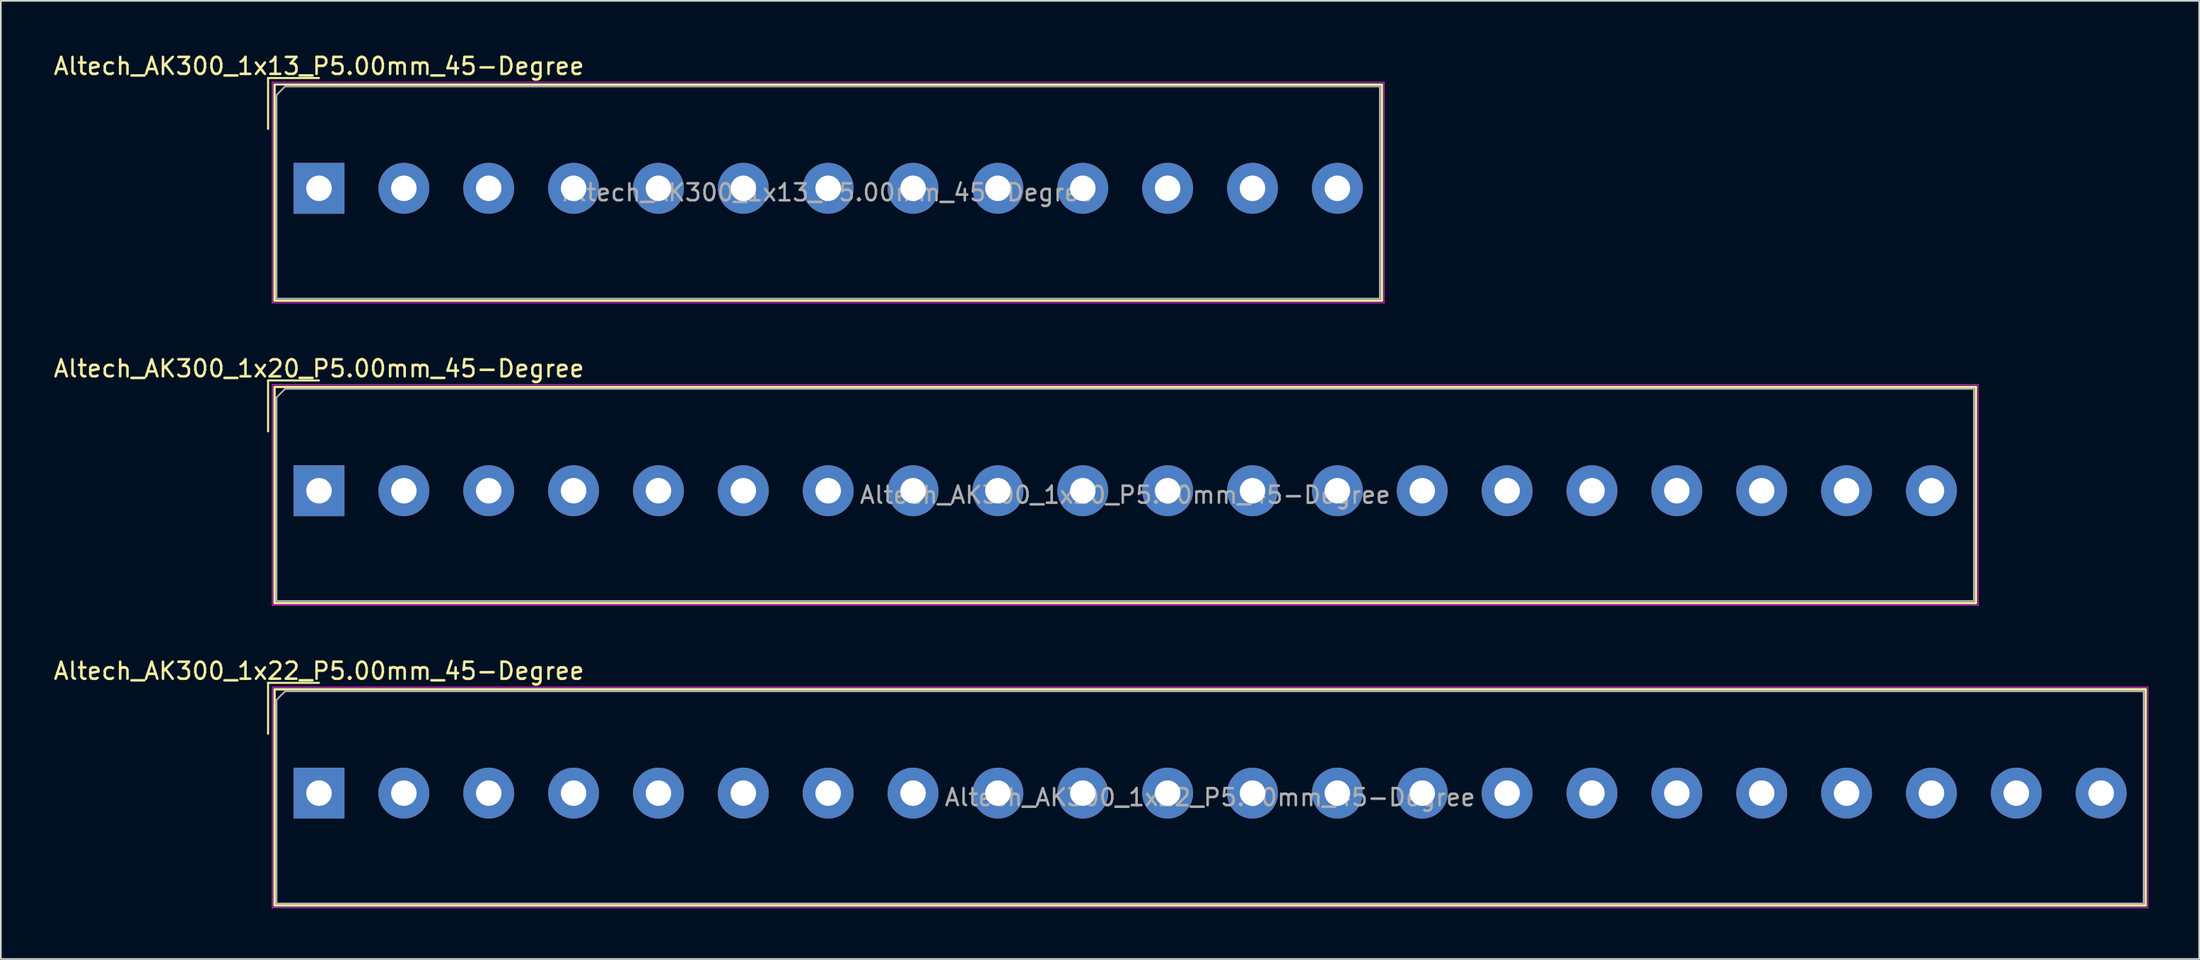
<source format=kicad_pcb>
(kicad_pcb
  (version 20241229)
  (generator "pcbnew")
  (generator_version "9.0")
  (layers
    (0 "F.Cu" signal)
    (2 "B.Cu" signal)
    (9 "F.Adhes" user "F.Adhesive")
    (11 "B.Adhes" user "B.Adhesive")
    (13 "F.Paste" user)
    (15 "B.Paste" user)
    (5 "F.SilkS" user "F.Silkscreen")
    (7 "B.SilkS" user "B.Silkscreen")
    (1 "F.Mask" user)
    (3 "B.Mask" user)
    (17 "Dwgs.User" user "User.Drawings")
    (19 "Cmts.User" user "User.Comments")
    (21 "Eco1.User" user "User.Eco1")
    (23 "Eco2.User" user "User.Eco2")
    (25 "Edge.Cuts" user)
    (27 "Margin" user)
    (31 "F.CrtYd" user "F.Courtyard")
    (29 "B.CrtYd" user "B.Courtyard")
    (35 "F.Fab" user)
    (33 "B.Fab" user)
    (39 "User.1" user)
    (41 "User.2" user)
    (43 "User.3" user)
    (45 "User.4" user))
  (footprint "Altech_AK300_1x20_P5.00mm_45-Degree"
    (layer "F.Cu")
    (at 15.744 25.872)
    (property "Reference" "Altech_AK300_1x20_P5.00mm_45-Degree" (at 0 -7.2 0) (layer "F.SilkS") (effects (font (size 1 1) (thickness 0.15))))
    (attr through_hole)
    (fp_line (start -3 -6.5) (end 0 -6.5) (stroke (width 0.12) (type solid)) (layer "F.SilkS"))
    (fp_line (start -3 -3.5) (end -3 -6.5) (stroke (width 0.12) (type solid)) (layer "F.SilkS"))
    (fp_line (start -2.62 -6.12) (end -2.62 6.62) (stroke (width 0.12) (type solid)) (layer "F.SilkS"))
    (fp_line (start -2.62 -6.12) (end -2.62 6.62) (stroke (width 0.12) (type solid)) (layer "F.SilkS"))
    (fp_line (start -2.62 -6.12) (end 97.62 -6.12) (stroke (width 0.12) (type solid)) (layer "F.SilkS"))
    (fp_line (start -2.62 -6.12) (end 97.62 -6.12) (stroke (width 0.12) (type solid)) (layer "F.SilkS"))
    (fp_line (start -2.62 6.62) (end 97.62 6.62) (stroke (width 0.12) (type solid)) (layer "F.SilkS"))
    (fp_line (start -2.62 6.62) (end 97.62 6.62) (stroke (width 0.12) (type solid)) (layer "F.SilkS"))
    (fp_line (start 97.62 -6.12) (end 97.62 6.62) (stroke (width 0.12) (type solid)) (layer "F.SilkS"))
    (fp_line (start 97.62 -6.12) (end 97.62 6.62) (stroke (width 0.12) (type solid)) (layer "F.SilkS"))
    (fp_line (start -2.75 -6.25) (end -2.75 6.75) (stroke (width 0.05) (type solid)) (layer "F.CrtYd"))
    (fp_line (start -2.75 -6.25) (end 97.75 -6.25) (stroke (width 0.05) (type solid)) (layer "F.CrtYd"))
    (fp_line (start -2.75 6.75) (end 97.75 6.75) (stroke (width 0.05) (type solid)) (layer "F.CrtYd"))
    (fp_line (start 97.75 -6.25) (end 97.75 6.75) (stroke (width 0.05) (type solid)) (layer "F.CrtYd"))
    (fp_line (start -2.5 -5.5) (end -2 -6) (stroke (width 0.1) (type solid)) (layer "F.Fab"))
    (fp_line (start -2.5 6.5) (end -2.5 -5.5) (stroke (width 0.1) (type solid)) (layer "F.Fab"))
    (fp_line (start -2 -6) (end 97.5 -6) (stroke (width 0.1) (type solid)) (layer "F.Fab"))
    (fp_line (start 97.5 -6) (end 97.5 6.5) (stroke (width 0.1) (type solid)) (layer "F.Fab"))
    (fp_line (start 97.5 6.5) (end -2.5 6.5) (stroke (width 0.1) (type solid)) (layer "F.Fab"))
    (fp_text user "${REFERENCE}" (at 47.5 0.25 0) (layer "F.Fab") (effects (font (size 1 1) (thickness 0.15))))
    (pad "1" thru_hole rect (at 0 0) (size 3 3) (drill 1.5) (layers "*.Cu" "*.Mask"))
    (pad "2" thru_hole circle (at 5 0) (size 3 3) (drill 1.5) (layers "*.Cu" "*.Mask"))
    (pad "3" thru_hole circle (at 10 0) (size 3 3) (drill 1.5) (layers "*.Cu" "*.Mask"))
    (pad "4" thru_hole circle (at 15 0) (size 3 3) (drill 1.5) (layers "*.Cu" "*.Mask"))
    (pad "5" thru_hole circle (at 20 0) (size 3 3) (drill 1.5) (layers "*.Cu" "*.Mask"))
    (pad "6" thru_hole circle (at 25 0) (size 3 3) (drill 1.5) (layers "*.Cu" "*.Mask"))
    (pad "7" thru_hole circle (at 30 0) (size 3 3) (drill 1.5) (layers "*.Cu" "*.Mask"))
    (pad "8" thru_hole circle (at 35 0) (size 3 3) (drill 1.5) (layers "*.Cu" "*.Mask"))
    (pad "9" thru_hole circle (at 40 0) (size 3 3) (drill 1.5) (layers "*.Cu" "*.Mask"))
    (pad "10" thru_hole circle (at 45 0) (size 3 3) (drill 1.5) (layers "*.Cu" "*.Mask"))
    (pad "11" thru_hole circle (at 50 0) (size 3 3) (drill 1.5) (layers "*.Cu" "*.Mask"))
    (pad "12" thru_hole circle (at 55 0) (size 3 3) (drill 1.5) (layers "*.Cu" "*.Mask"))
    (pad "13" thru_hole circle (at 60 0) (size 3 3) (drill 1.5) (layers "*.Cu" "*.Mask"))
    (pad "14" thru_hole circle (at 65 0) (size 3 3) (drill 1.5) (layers "*.Cu" "*.Mask"))
    (pad "15" thru_hole circle (at 70 0) (size 3 3) (drill 1.5) (layers "*.Cu" "*.Mask"))
    (pad "16" thru_hole circle (at 75 0) (size 3 3) (drill 1.5) (layers "*.Cu" "*.Mask"))
    (pad "17" thru_hole circle (at 80 0) (size 3 3) (drill 1.5) (layers "*.Cu" "*.Mask"))
    (pad "18" thru_hole circle (at 85 0) (size 3 3) (drill 1.5) (layers "*.Cu" "*.Mask"))
    (pad "19" thru_hole circle (at 90 0) (size 3 3) (drill 1.5) (layers "*.Cu" "*.Mask"))
    (pad "20" thru_hole circle (at 95 0) (size 3 3) (drill 1.5) (layers "*.Cu" "*.Mask")))
  (footprint "Altech_AK300_1x22_P5.00mm_45-Degree"
    (layer "F.Cu")
    (at 15.744 43.695)
    (property "Reference" "Altech_AK300_1x22_P5.00mm_45-Degree" (at 0 -7.2 0) (layer "F.SilkS") (effects (font (size 1 1) (thickness 0.15))))
    (attr through_hole)
    (fp_line (start -3 -6.5) (end 0 -6.5) (stroke (width 0.12) (type solid)) (layer "F.SilkS"))
    (fp_line (start -3 -3.5) (end -3 -6.5) (stroke (width 0.12) (type solid)) (layer "F.SilkS"))
    (fp_line (start -2.62 -6.12) (end -2.62 6.62) (stroke (width 0.12) (type solid)) (layer "F.SilkS"))
    (fp_line (start -2.62 -6.12) (end -2.62 6.62) (stroke (width 0.12) (type solid)) (layer "F.SilkS"))
    (fp_line (start -2.62 -6.12) (end 107.62 -6.12) (stroke (width 0.12) (type solid)) (layer "F.SilkS"))
    (fp_line (start -2.62 -6.12) (end 107.62 -6.12) (stroke (width 0.12) (type solid)) (layer "F.SilkS"))
    (fp_line (start -2.62 6.62) (end 107.62 6.62) (stroke (width 0.12) (type solid)) (layer "F.SilkS"))
    (fp_line (start -2.62 6.62) (end 107.62 6.62) (stroke (width 0.12) (type solid)) (layer "F.SilkS"))
    (fp_line (start 107.62 -6.12) (end 107.62 6.62) (stroke (width 0.12) (type solid)) (layer "F.SilkS"))
    (fp_line (start 107.62 -6.12) (end 107.62 6.62) (stroke (width 0.12) (type solid)) (layer "F.SilkS"))
    (fp_line (start -2.75 -6.25) (end -2.75 6.75) (stroke (width 0.05) (type solid)) (layer "F.CrtYd"))
    (fp_line (start -2.75 -6.25) (end 107.75 -6.25) (stroke (width 0.05) (type solid)) (layer "F.CrtYd"))
    (fp_line (start -2.75 6.75) (end 107.75 6.75) (stroke (width 0.05) (type solid)) (layer "F.CrtYd"))
    (fp_line (start 107.75 -6.25) (end 107.75 6.75) (stroke (width 0.05) (type solid)) (layer "F.CrtYd"))
    (fp_line (start -2.5 -5.5) (end -2 -6) (stroke (width 0.1) (type solid)) (layer "F.Fab"))
    (fp_line (start -2.5 6.5) (end -2.5 -5.5) (stroke (width 0.1) (type solid)) (layer "F.Fab"))
    (fp_line (start -2 -6) (end 107.5 -6) (stroke (width 0.1) (type solid)) (layer "F.Fab"))
    (fp_line (start 107.5 -6) (end 107.5 6.5) (stroke (width 0.1) (type solid)) (layer "F.Fab"))
    (fp_line (start 107.5 6.5) (end -2.5 6.5) (stroke (width 0.1) (type solid)) (layer "F.Fab"))
    (fp_text user "${REFERENCE}" (at 52.5 0.25 0) (layer "F.Fab") (effects (font (size 1 1) (thickness 0.15))))
    (pad "1" thru_hole rect (at 0 0) (size 3 3) (drill 1.5) (layers "*.Cu" "*.Mask"))
    (pad "2" thru_hole circle (at 5 0) (size 3 3) (drill 1.5) (layers "*.Cu" "*.Mask"))
    (pad "3" thru_hole circle (at 10 0) (size 3 3) (drill 1.5) (layers "*.Cu" "*.Mask"))
    (pad "4" thru_hole circle (at 15 0) (size 3 3) (drill 1.5) (layers "*.Cu" "*.Mask"))
    (pad "5" thru_hole circle (at 20 0) (size 3 3) (drill 1.5) (layers "*.Cu" "*.Mask"))
    (pad "6" thru_hole circle (at 25 0) (size 3 3) (drill 1.5) (layers "*.Cu" "*.Mask"))
    (pad "7" thru_hole circle (at 30 0) (size 3 3) (drill 1.5) (layers "*.Cu" "*.Mask"))
    (pad "8" thru_hole circle (at 35 0) (size 3 3) (drill 1.5) (layers "*.Cu" "*.Mask"))
    (pad "9" thru_hole circle (at 40 0) (size 3 3) (drill 1.5) (layers "*.Cu" "*.Mask"))
    (pad "10" thru_hole circle (at 45 0) (size 3 3) (drill 1.5) (layers "*.Cu" "*.Mask"))
    (pad "11" thru_hole circle (at 50 0) (size 3 3) (drill 1.5) (layers "*.Cu" "*.Mask"))
    (pad "12" thru_hole circle (at 55 0) (size 3 3) (drill 1.5) (layers "*.Cu" "*.Mask"))
    (pad "13" thru_hole circle (at 60 0) (size 3 3) (drill 1.5) (layers "*.Cu" "*.Mask"))
    (pad "14" thru_hole circle (at 65 0) (size 3 3) (drill 1.5) (layers "*.Cu" "*.Mask"))
    (pad "15" thru_hole circle (at 70 0) (size 3 3) (drill 1.5) (layers "*.Cu" "*.Mask"))
    (pad "16" thru_hole circle (at 75 0) (size 3 3) (drill 1.5) (layers "*.Cu" "*.Mask"))
    (pad "17" thru_hole circle (at 80 0) (size 3 3) (drill 1.5) (layers "*.Cu" "*.Mask"))
    (pad "18" thru_hole circle (at 85 0) (size 3 3) (drill 1.5) (layers "*.Cu" "*.Mask"))
    (pad "19" thru_hole circle (at 90 0) (size 3 3) (drill 1.5) (layers "*.Cu" "*.Mask"))
    (pad "20" thru_hole circle (at 95 0) (size 3 3) (drill 1.5) (layers "*.Cu" "*.Mask"))
    (pad "21" thru_hole circle (at 100 0) (size 3 3) (drill 1.5) (layers "*.Cu" "*.Mask"))
    (pad "22" thru_hole circle (at 105 0) (size 3 3) (drill 1.5) (layers "*.Cu" "*.Mask")))
  (footprint "Altech_AK300_1x13_P5.00mm_45-Degree"
    (layer "F.Cu")
    (at 15.744 8.048)
    (property "Reference" "Altech_AK300_1x13_P5.00mm_45-Degree" (at 0 -7.2 0) (layer "F.SilkS") (effects (font (size 1 1) (thickness 0.15))))
    (attr through_hole)
    (fp_line (start -3 -6.5) (end 0 -6.5) (stroke (width 0.12) (type solid)) (layer "F.SilkS"))
    (fp_line (start -3 -3.5) (end -3 -6.5) (stroke (width 0.12) (type solid)) (layer "F.SilkS"))
    (fp_line (start -2.62 -6.12) (end -2.62 6.62) (stroke (width 0.12) (type solid)) (layer "F.SilkS"))
    (fp_line (start -2.62 -6.12) (end -2.62 6.62) (stroke (width 0.12) (type solid)) (layer "F.SilkS"))
    (fp_line (start -2.62 -6.12) (end 62.62 -6.12) (stroke (width 0.12) (type solid)) (layer "F.SilkS"))
    (fp_line (start -2.62 -6.12) (end 62.62 -6.12) (stroke (width 0.12) (type solid)) (layer "F.SilkS"))
    (fp_line (start -2.62 6.62) (end 62.62 6.62) (stroke (width 0.12) (type solid)) (layer "F.SilkS"))
    (fp_line (start -2.62 6.62) (end 62.62 6.62) (stroke (width 0.12) (type solid)) (layer "F.SilkS"))
    (fp_line (start 62.62 -6.12) (end 62.62 6.62) (stroke (width 0.12) (type solid)) (layer "F.SilkS"))
    (fp_line (start 62.62 -6.12) (end 62.62 6.62) (stroke (width 0.12) (type solid)) (layer "F.SilkS"))
    (fp_line (start -2.75 -6.25) (end -2.75 6.75) (stroke (width 0.05) (type solid)) (layer "F.CrtYd"))
    (fp_line (start -2.75 -6.25) (end 62.75 -6.25) (stroke (width 0.05) (type solid)) (layer "F.CrtYd"))
    (fp_line (start -2.75 6.75) (end 62.75 6.75) (stroke (width 0.05) (type solid)) (layer "F.CrtYd"))
    (fp_line (start 62.75 -6.25) (end 62.75 6.75) (stroke (width 0.05) (type solid)) (layer "F.CrtYd"))
    (fp_line (start -2.5 -5.5) (end -2 -6) (stroke (width 0.1) (type solid)) (layer "F.Fab"))
    (fp_line (start -2.5 6.5) (end -2.5 -5.5) (stroke (width 0.1) (type solid)) (layer "F.Fab"))
    (fp_line (start -2 -6) (end 62.5 -6) (stroke (width 0.1) (type solid)) (layer "F.Fab"))
    (fp_line (start 62.5 -6) (end 62.5 6.5) (stroke (width 0.1) (type solid)) (layer "F.Fab"))
    (fp_line (start 62.5 6.5) (end -2.5 6.5) (stroke (width 0.1) (type solid)) (layer "F.Fab"))
    (fp_text user "${REFERENCE}" (at 30 0.25 0) (layer "F.Fab") (effects (font (size 1 1) (thickness 0.15))))
    (pad "1" thru_hole rect (at 0 0) (size 3 3) (drill 1.5) (layers "*.Cu" "*.Mask"))
    (pad "2" thru_hole circle (at 5 0) (size 3 3) (drill 1.5) (layers "*.Cu" "*.Mask"))
    (pad "3" thru_hole circle (at 10 0) (size 3 3) (drill 1.5) (layers "*.Cu" "*.Mask"))
    (pad "4" thru_hole circle (at 15 0) (size 3 3) (drill 1.5) (layers "*.Cu" "*.Mask"))
    (pad "5" thru_hole circle (at 20 0) (size 3 3) (drill 1.5) (layers "*.Cu" "*.Mask"))
    (pad "6" thru_hole circle (at 25 0) (size 3 3) (drill 1.5) (layers "*.Cu" "*.Mask"))
    (pad "7" thru_hole circle (at 30 0) (size 3 3) (drill 1.5) (layers "*.Cu" "*.Mask"))
    (pad "8" thru_hole circle (at 35 0) (size 3 3) (drill 1.5) (layers "*.Cu" "*.Mask"))
    (pad "9" thru_hole circle (at 40 0) (size 3 3) (drill 1.5) (layers "*.Cu" "*.Mask"))
    (pad "10" thru_hole circle (at 45 0) (size 3 3) (drill 1.5) (layers "*.Cu" "*.Mask"))
    (pad "11" thru_hole circle (at 50 0) (size 3 3) (drill 1.5) (layers "*.Cu" "*.Mask"))
    (pad "12" thru_hole circle (at 55 0) (size 3 3) (drill 1.5) (layers "*.Cu" "*.Mask"))
    (pad "13" thru_hole circle (at 60 0) (size 3 3) (drill 1.5) (layers "*.Cu" "*.Mask")))
  (gr_rect
    (start -3 -3)
    (end 126.519 53.47)
    (stroke (width 0.1) (type default))
    (fill no)
    (layer "Edge.Cuts")))
</source>
